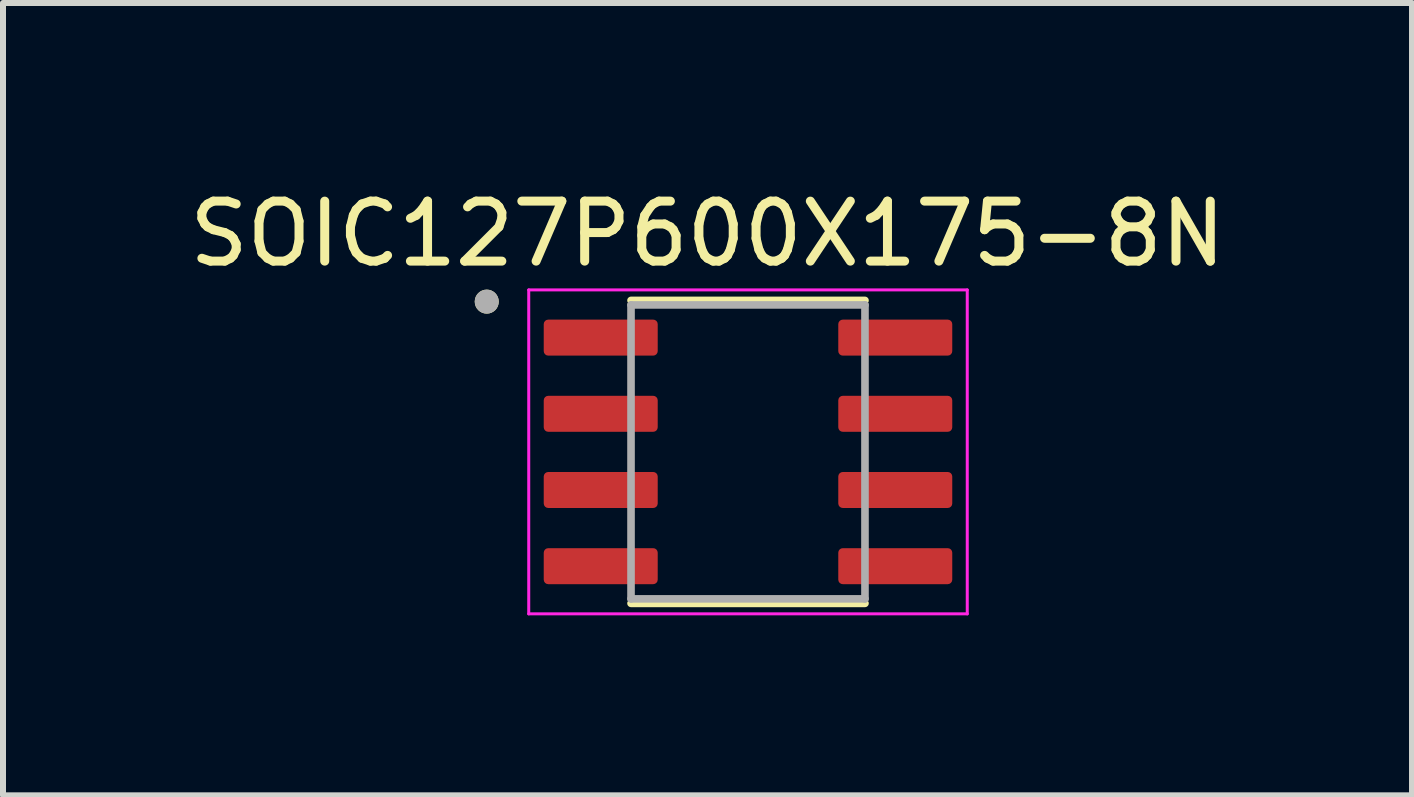
<source format=kicad_pcb>
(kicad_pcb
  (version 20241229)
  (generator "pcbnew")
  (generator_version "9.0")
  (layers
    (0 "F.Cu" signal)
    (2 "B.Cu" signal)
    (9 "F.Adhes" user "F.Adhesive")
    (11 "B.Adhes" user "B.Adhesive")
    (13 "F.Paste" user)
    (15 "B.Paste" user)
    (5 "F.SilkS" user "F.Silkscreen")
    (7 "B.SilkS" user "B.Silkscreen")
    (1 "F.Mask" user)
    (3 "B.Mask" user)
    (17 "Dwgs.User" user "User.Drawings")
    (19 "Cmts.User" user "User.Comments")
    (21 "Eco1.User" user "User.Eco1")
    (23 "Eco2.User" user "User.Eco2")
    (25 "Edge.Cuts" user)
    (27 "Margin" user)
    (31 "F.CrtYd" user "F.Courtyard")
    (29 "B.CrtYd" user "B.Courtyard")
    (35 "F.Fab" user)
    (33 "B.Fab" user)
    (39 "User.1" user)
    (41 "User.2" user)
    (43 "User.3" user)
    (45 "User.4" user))
  (footprint "SOIC127P600X175-8N"
    (layer "F.Cu")
    (at 9.419 4.483)
    (property "Reference" "SOIC127P600X175-8N" (at -0.675 -3.635 0) (layer "F.SilkS") (effects (font (size 1 1) (thickness 0.15))))
    (attr smd)
    (fp_line (start -1.95 -2.525) (end 1.95 -2.525) (stroke (width 0.127) (type solid)) (layer "F.SilkS"))
    (fp_line (start -1.95 2.525) (end 1.95 2.525) (stroke (width 0.127) (type solid)) (layer "F.SilkS"))
    (fp_circle (center -4.355 -2.505) (end -4.255 -2.505) (stroke (width 0.2) (type solid)) (fill no) (layer "F.SilkS"))
    (fp_line (start -3.655 -2.7) (end -3.655 2.7) (stroke (width 0.05) (type solid)) (layer "F.CrtYd"))
    (fp_line (start -3.655 -2.7) (end 3.655 -2.7) (stroke (width 0.05) (type solid)) (layer "F.CrtYd"))
    (fp_line (start -3.655 2.7) (end 3.655 2.7) (stroke (width 0.05) (type solid)) (layer "F.CrtYd"))
    (fp_line (start 3.655 -2.7) (end 3.655 2.7) (stroke (width 0.05) (type solid)) (layer "F.CrtYd"))
    (fp_line (start -1.95 -2.45) (end -1.95 2.45) (stroke (width 0.127) (type solid)) (layer "F.Fab"))
    (fp_line (start -1.95 -2.45) (end 1.95 -2.45) (stroke (width 0.127) (type solid)) (layer "F.Fab"))
    (fp_line (start -1.95 2.45) (end 1.95 2.45) (stroke (width 0.127) (type solid)) (layer "F.Fab"))
    (fp_line (start 1.95 -2.45) (end 1.95 2.45) (stroke (width 0.127) (type solid)) (layer "F.Fab"))
    (fp_circle (center -4.355 -2.505) (end -4.255 -2.505) (stroke (width 0.2) (type solid)) (fill no) (layer "F.Fab"))
    (pad "1" smd roundrect (at -2.455 -1.905) (size 1.9 0.6) (layers "F.Cu" "F.Mask" "F.Paste") (roundrect_rratio 0.125))
    (pad "2" smd roundrect (at -2.455 -0.635) (size 1.9 0.6) (layers "F.Cu" "F.Mask" "F.Paste") (roundrect_rratio 0.125))
    (pad "3" smd roundrect (at -2.455 0.635) (size 1.9 0.6) (layers "F.Cu" "F.Mask" "F.Paste") (roundrect_rratio 0.125))
    (pad "4" smd roundrect (at -2.455 1.905) (size 1.9 0.6) (layers "F.Cu" "F.Mask" "F.Paste") (roundrect_rratio 0.125))
    (pad "5" smd roundrect (at 2.455 1.905) (size 1.9 0.6) (layers "F.Cu" "F.Mask" "F.Paste") (roundrect_rratio 0.125))
    (pad "6" smd roundrect (at 2.455 0.635) (size 1.9 0.6) (layers "F.Cu" "F.Mask" "F.Paste") (roundrect_rratio 0.125))
    (pad "7" smd roundrect (at 2.455 -0.635) (size 1.9 0.6) (layers "F.Cu" "F.Mask" "F.Paste") (roundrect_rratio 0.125))
    (pad "8" smd roundrect (at 2.455 -1.905) (size 1.9 0.6) (layers "F.Cu" "F.Mask" "F.Paste") (roundrect_rratio 0.125)))
  (gr_rect
    (start -3 -3)
    (end 20.488 10.208)
    (stroke (width 0.1) (type default))
    (fill no)
    (layer "Edge.Cuts")))
</source>
